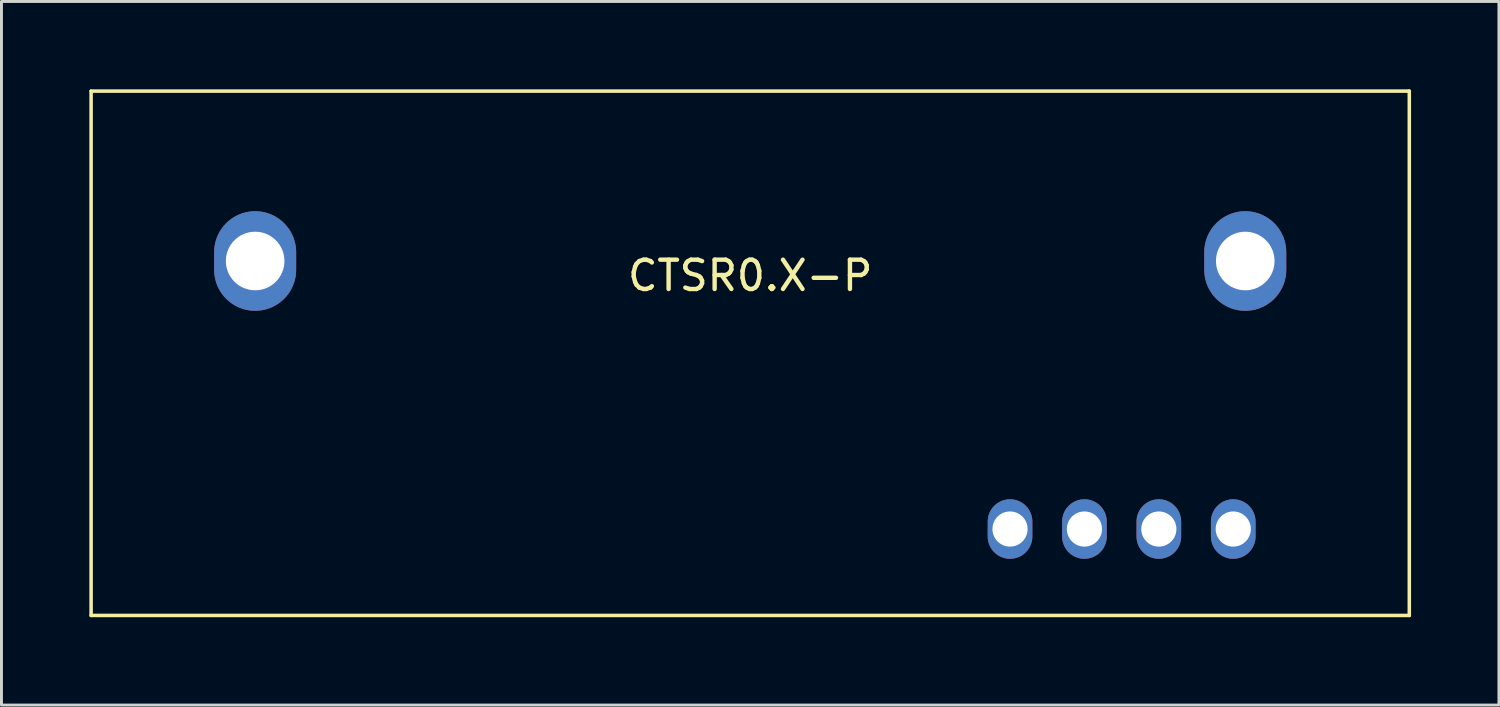
<source format=kicad_pcb>
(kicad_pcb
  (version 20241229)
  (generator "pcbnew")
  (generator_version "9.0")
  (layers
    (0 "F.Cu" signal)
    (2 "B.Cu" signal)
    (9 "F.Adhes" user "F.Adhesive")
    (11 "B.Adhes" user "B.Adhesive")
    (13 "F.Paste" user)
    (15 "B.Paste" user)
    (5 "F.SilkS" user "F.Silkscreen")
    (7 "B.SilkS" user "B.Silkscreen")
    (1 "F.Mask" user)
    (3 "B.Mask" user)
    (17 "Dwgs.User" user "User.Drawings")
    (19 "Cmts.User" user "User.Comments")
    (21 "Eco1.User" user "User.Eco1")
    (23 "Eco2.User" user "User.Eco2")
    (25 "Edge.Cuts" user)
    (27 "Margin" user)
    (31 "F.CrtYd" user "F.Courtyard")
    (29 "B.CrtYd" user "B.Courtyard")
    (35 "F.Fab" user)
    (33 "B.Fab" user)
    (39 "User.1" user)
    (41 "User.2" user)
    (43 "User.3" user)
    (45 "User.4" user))
  (footprint "CTSR0.X-P"
    (layer "F.Cu")
    (at 22.56 5.86)
    (property "Reference" "CTSR0.X-P" (at 0 0.5 0) (layer "F.SilkS") (effects (font (size 1 1) (thickness 0.15))))
    (attr through_hole)
    (fp_line (start -22.5 -5.8) (end -22.5 12.1) (stroke (width 0.12) (type solid)) (layer "F.SilkS"))
    (fp_line (start -22.5 -5.8) (end 22.5 -5.8) (stroke (width 0.12) (type solid)) (layer "F.SilkS"))
    (fp_line (start -22.5 12.1) (end 22.5 12.1) (stroke (width 0.12) (type solid)) (layer "F.SilkS"))
    (fp_line (start 22.5 12.1) (end 22.5 -5.8) (stroke (width 0.12) (type solid)) (layer "F.SilkS"))
    (pad "1" thru_hole oval (at 8.87 9.15) (size 1.524 2.032) (drill 1.2) (layers "*.Cu" "*.Mask"))
    (pad "2" thru_hole oval (at 11.41 9.15) (size 1.524 2.032) (drill 1.2) (layers "*.Cu" "*.Mask"))
    (pad "3" thru_hole oval (at 13.95 9.15) (size 1.524 2.032) (drill 1.2) (layers "*.Cu" "*.Mask"))
    (pad "4" thru_hole oval (at 16.49 9.15) (size 1.524 2.032) (drill 1.2) (layers "*.Cu" "*.Mask"))
    (pad "5" thru_hole oval (at 16.9 0) (size 2.8 3.4) (drill 2) (layers "*.Cu" "*.Mask"))
    (pad "6" thru_hole oval (at -16.9 0) (size 2.8 3.4) (drill 2) (layers "*.Cu" "*.Mask")))
  (gr_rect
    (start -3 -3)
    (end 48.12 21.02)
    (stroke (width 0.1) (type default))
    (fill no)
    (layer "Edge.Cuts")))
</source>
